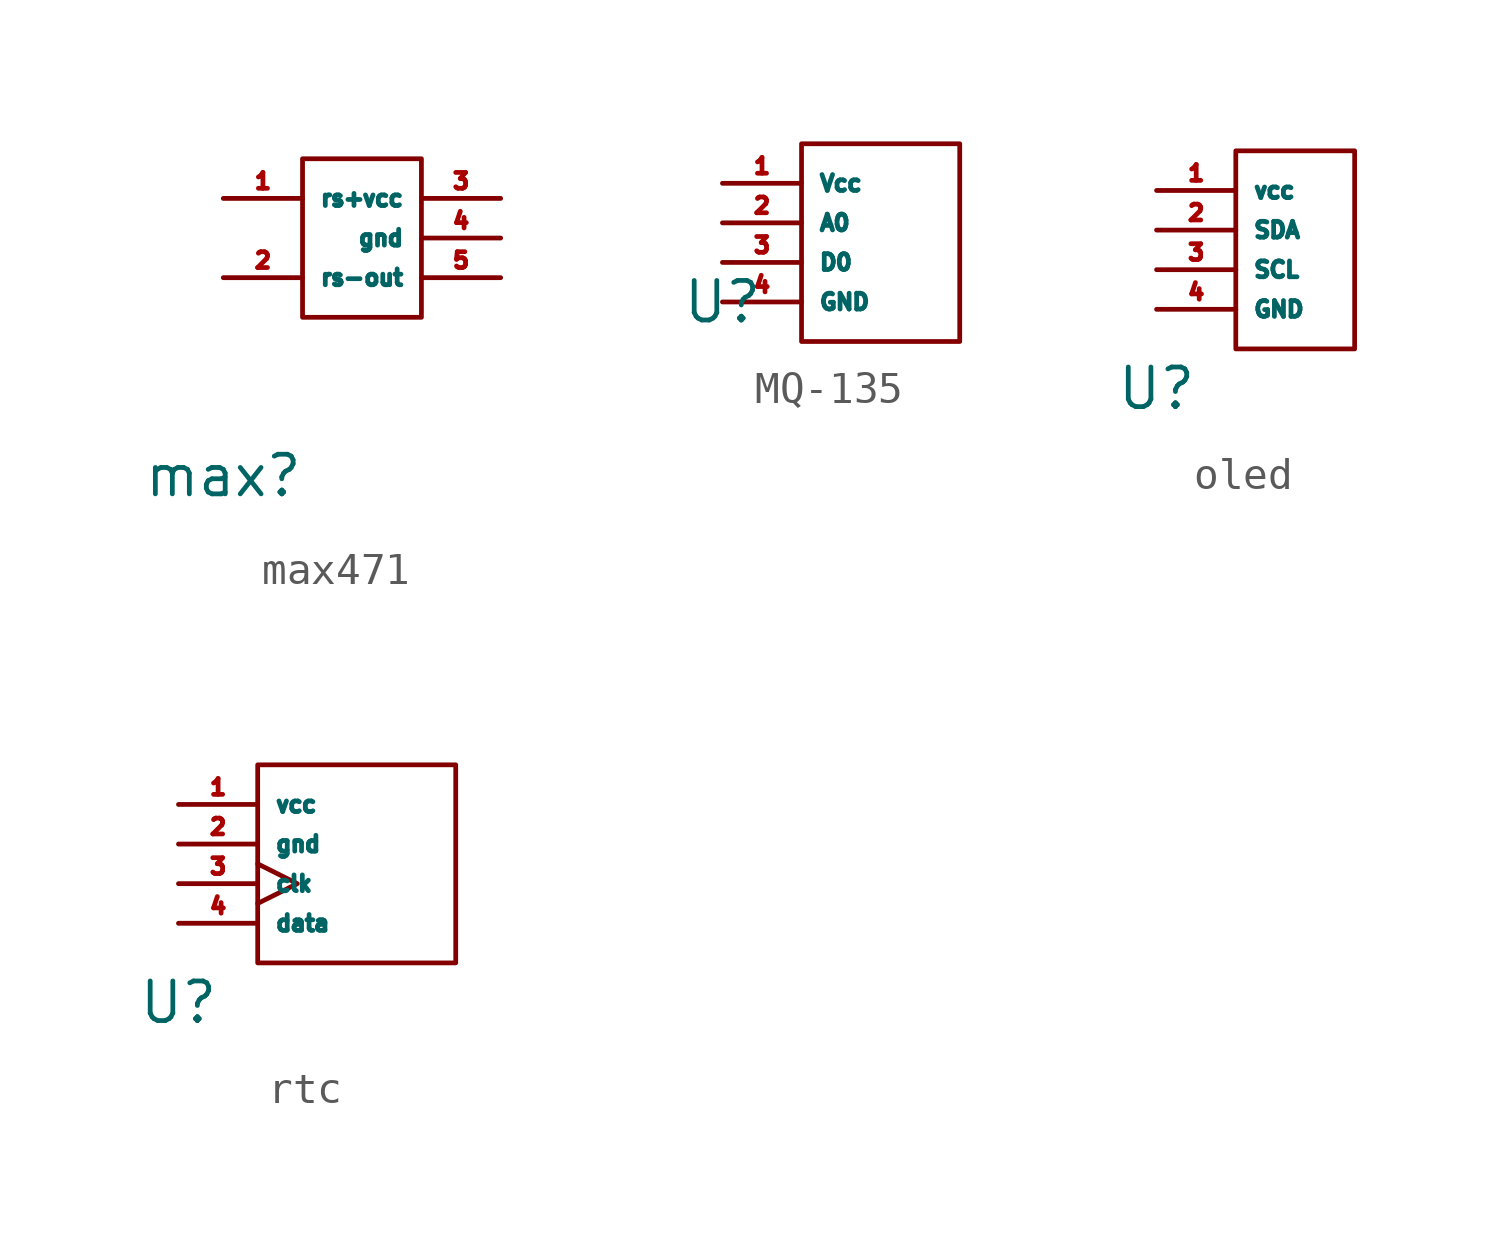
<source format=kicad_sym>
(kicad_symbol_lib
  (version 20241209)
  (generator "kicad_symbol_editor")
  (generator_version "9.0")
  (symbol "max471"
    (property "Reference" "max"
      (at 0 0 0)
      (effects (font (size 1.27 1.27))))
    (property "Value" ""
      (at 0 0 0)
      (effects (font (size 1.27 1.27))))
    (symbol "max471_0_1"
      (rectangle (start 2.54 5.08) (end 6.35 10.16) (stroke (width 0) (type default)) (fill (type none))))
    (symbol "max471_1_1"
      (pin power_in line (at 0 8.89 0) (length 2.54) (name "rs+" (effects (font (size 0.508 0.508)))) (number "1" (effects (font (size 0.508 0.508)))))
      (pin power_in line (at 0 6.35 0) (length 2.54) (name "rs-" (effects (font (size 0.508 0.508)))) (number "2" (effects (font (size 0.508 0.508)))))
      (pin power_in line (at 8.89 8.89 180) (length 2.54) (name "vcc" (effects (font (size 0.508 0.508)))) (number "3" (effects (font (size 0.508 0.508)))))
      (pin power_in line (at 8.89 7.62 180) (length 2.54) (name "gnd" (effects (font (size 0.508 0.508)))) (number "4" (effects (font (size 0.508 0.508)))))
      (pin output line (at 8.89 6.35 180) (length 2.54) (name "out" (effects (font (size 0.508 0.508)))) (number "5" (effects (font (size 0.508 0.508)))))))
  (symbol "MQ-135"
    (property "Reference" "U"
      (at 0 0 0)
      (effects (font (size 1.27 1.27))))
    (property "Value" ""
      (at 0 0 0)
      (effects (font (size 1.27 1.27))))
    (symbol "MQ-135_0_1"
      (rectangle (start 2.54 5.08) (end 7.62 -1.27) (stroke (width 0) (type default)) (fill (type none))))
    (symbol "MQ-135_1_1"
      (pin power_in line (at 0 3.81 0) (length 2.54) (name "Vcc" (effects (font (size 0.508 0.508)))) (number "1" (effects (font (size 0.508 0.508)))))
      (pin output line (at 0 2.54 0) (length 2.54) (name "A0" (effects (font (size 0.508 0.508)))) (number "2" (effects (font (size 0.508 0.508)))))
      (pin output line (at 0 1.27 0) (length 2.54) (name "D0" (effects (font (size 0.508 0.508)))) (number "3" (effects (font (size 0.508 0.508)))))
      (pin power_in line (at 0 0 0) (length 2.54) (name "GND" (effects (font (size 0.508 0.508)))) (number "4" (effects (font (size 0.508 0.508)))))))
  (symbol "oled"
    (property "Reference" "U"
      (at 0 0 0)
      (effects (font (size 1.27 1.27))))
    (property "Value" ""
      (at 0 0 0)
      (effects (font (size 1.27 1.27))))
    (symbol "oled_0_1"
      (rectangle (start 2.54 1.27) (end 6.35 7.62) (stroke (width 0) (type default)) (fill (type none))))
    (symbol "oled_1_1"
      (pin power_in line (at 0 6.35 0) (length 2.54) (name "vcc" (effects (font (size 0.508 0.508)))) (number "1" (effects (font (size 0.508 0.508)))))
      (pin bidirectional line (at 0 5.08 0) (length 2.54) (name "SDA" (effects (font (size 0.508 0.508)))) (number "2" (effects (font (size 0.508 0.508)))))
      (pin output line (at 0 3.81 0) (length 2.54) (name "SCL" (effects (font (size 0.508 0.508)))) (number "3" (effects (font (size 0.508 0.508)))))
      (pin power_in line (at 0 2.54 0) (length 2.54) (name "GND" (effects (font (size 0.508 0.508)))) (number "4" (effects (font (size 0.508 0.508)))))))
  (symbol "rtc"
    (property "Reference" "U"
      (at 0 0 0)
      (effects (font (size 1.27 1.27))))
    (property "Value" ""
      (at 0 0 0)
      (effects (font (size 1.27 1.27))))
    (symbol "rtc_0_1"
      (rectangle (start 2.54 1.27) (end 8.89 7.62) (stroke (width 0) (type default)) (fill (type none))))
    (symbol "rtc_1_1"
      (pin input line (at 0 6.35 0) (length 2.54) (name "vcc" (effects (font (size 0.508 0.508)))) (number "1" (effects (font (size 0.508 0.508)))))
      (pin input line (at 0 5.08 0) (length 2.54) (name "gnd" (effects (font (size 0.508 0.508)))) (number "2" (effects (font (size 0.508 0.508)))))
      (pin output clock (at 0 3.81 0) (length 2.54) (name "clk" (effects (font (size 0.508 0.508)))) (number "3" (effects (font (size 0.508 0.508)))))
      (pin bidirectional line (at 0 2.54 0) (length 2.54) (name "data" (effects (font (size 0.508 0.508)))) (number "4" (effects (font (size 0.508 0.508))))))))
</source>
